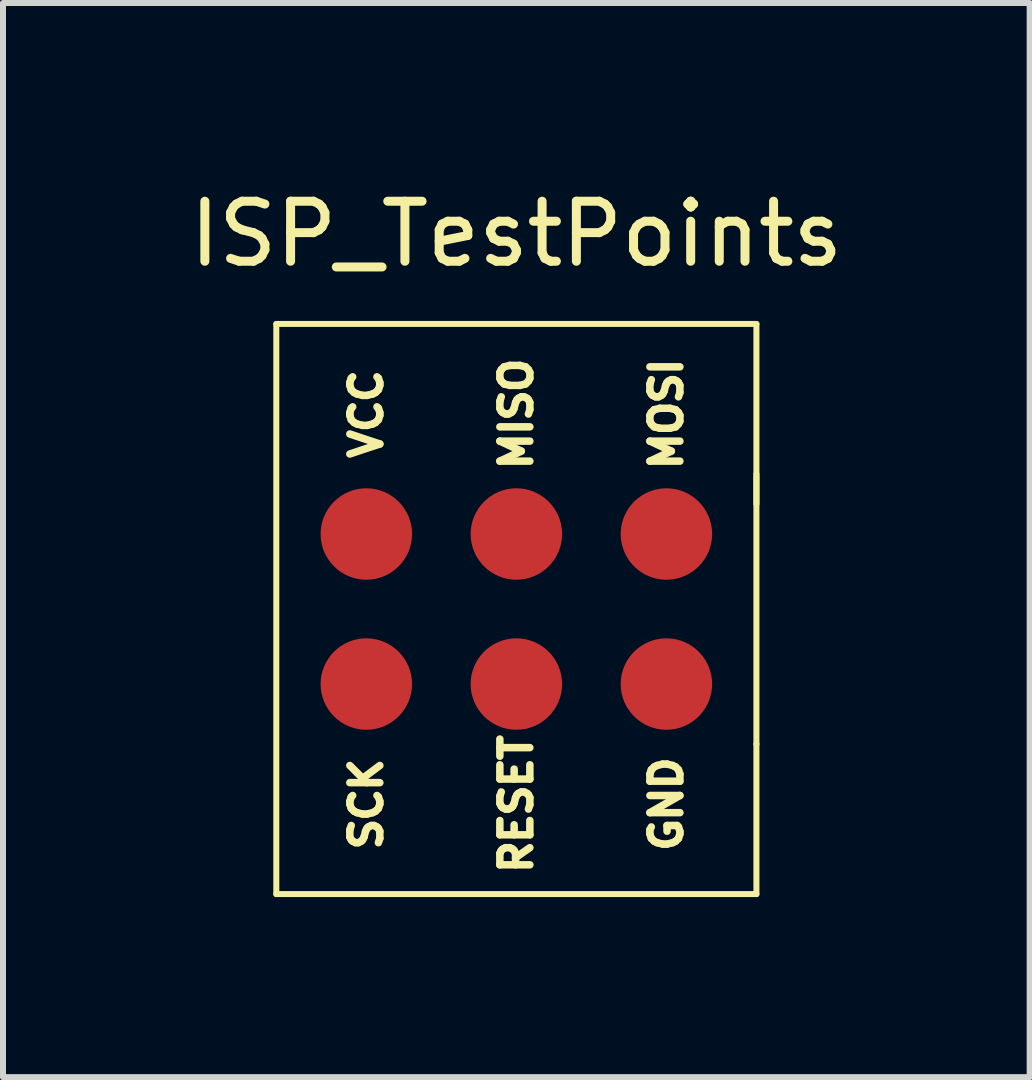
<source format=kicad_pcb>
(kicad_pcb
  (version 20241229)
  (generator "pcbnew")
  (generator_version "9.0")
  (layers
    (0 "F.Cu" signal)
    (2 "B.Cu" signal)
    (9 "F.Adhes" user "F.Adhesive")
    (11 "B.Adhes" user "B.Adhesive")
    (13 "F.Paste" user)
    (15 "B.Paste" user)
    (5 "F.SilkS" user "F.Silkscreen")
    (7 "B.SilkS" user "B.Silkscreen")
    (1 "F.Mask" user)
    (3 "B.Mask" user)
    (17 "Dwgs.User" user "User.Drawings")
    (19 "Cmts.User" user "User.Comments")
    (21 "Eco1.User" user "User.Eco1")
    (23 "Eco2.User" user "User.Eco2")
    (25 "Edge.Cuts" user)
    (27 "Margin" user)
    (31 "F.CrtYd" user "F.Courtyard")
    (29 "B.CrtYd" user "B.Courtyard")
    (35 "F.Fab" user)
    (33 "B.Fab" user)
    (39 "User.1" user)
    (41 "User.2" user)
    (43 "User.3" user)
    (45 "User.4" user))
  (footprint "ISP_TestPoints"
    (layer "F.Cu")
    (at 5.554 0.848)
    (property "Reference" "ISP_TestPoints" (at 0 0 0) (layer "F.SilkS") (effects (font (size 1 1) (thickness 0.15))))
    (attr through_hole)
    (fp_line (start -4 1.5) (end 4 1.5) (stroke (width 0.1) (type solid)) (layer "F.SilkS"))
    (fp_line (start -4 11) (end -4 1.5) (stroke (width 0.1) (type solid)) (layer "F.SilkS"))
    (fp_line (start 4 1.5) (end 4 4.5) (stroke (width 0.1) (type solid)) (layer "F.SilkS"))
    (fp_line (start 4 4) (end 4 8.5) (stroke (width 0.1) (type solid)) (layer "F.SilkS"))
    (fp_line (start 4 8.5) (end 4 11) (stroke (width 0.1) (type solid)) (layer "F.SilkS"))
    (fp_line (start 4 11) (end -4 11) (stroke (width 0.1) (type solid)) (layer "F.SilkS"))
    (fp_text user "VCC" (at -2.5 3 90) (layer "F.SilkS") (effects (font (size 0.5 0.5) (thickness 0.125))))
    (fp_text user "MOSI" (at 2.5 3 90) (layer "F.SilkS") (effects (font (size 0.5 0.5) (thickness 0.125))))
    (fp_text user "MISO" (at 0 3 90) (layer "F.SilkS") (effects (font (size 0.5 0.5) (thickness 0.125))))
    (fp_text user "GND" (at 2.5 9.5 90) (layer "F.SilkS") (effects (font (size 0.5 0.5) (thickness 0.125))))
    (fp_text user "RESET" (at 0 9.5 90) (layer "F.SilkS") (effects (font (size 0.5 0.5) (thickness 0.125))))
    (fp_text user "SCK" (at -2.5 9.5 90) (layer "F.SilkS") (effects (font (size 0.5 0.5) (thickness 0.125))))
    (pad "1" smd circle (at 0 5) (size 1.524 1.524) (layers "F.Cu" "F.Mask" "F.Paste"))
    (pad "2" smd circle (at -2.5 5) (size 1.524 1.524) (layers "F.Cu" "F.Mask" "F.Paste"))
    (pad "3" smd circle (at -2.5 7.5) (size 1.524 1.524) (layers "F.Cu" "F.Mask" "F.Paste"))
    (pad "4" smd circle (at 2.5 5) (size 1.524 1.524) (layers "F.Cu" "F.Mask" "F.Paste"))
    (pad "5" smd circle (at 0 7.5) (size 1.524 1.524) (layers "F.Cu" "F.Mask" "F.Paste"))
    (pad "6" smd circle (at 2.5 7.5) (size 1.524 1.524) (layers "F.Cu" "F.Mask" "F.Paste")))
  (gr_rect
    (start -3 -3)
    (end 14.107 14.898)
    (stroke (width 0.1) (type default))
    (fill no)
    (layer "Edge.Cuts")))
</source>
